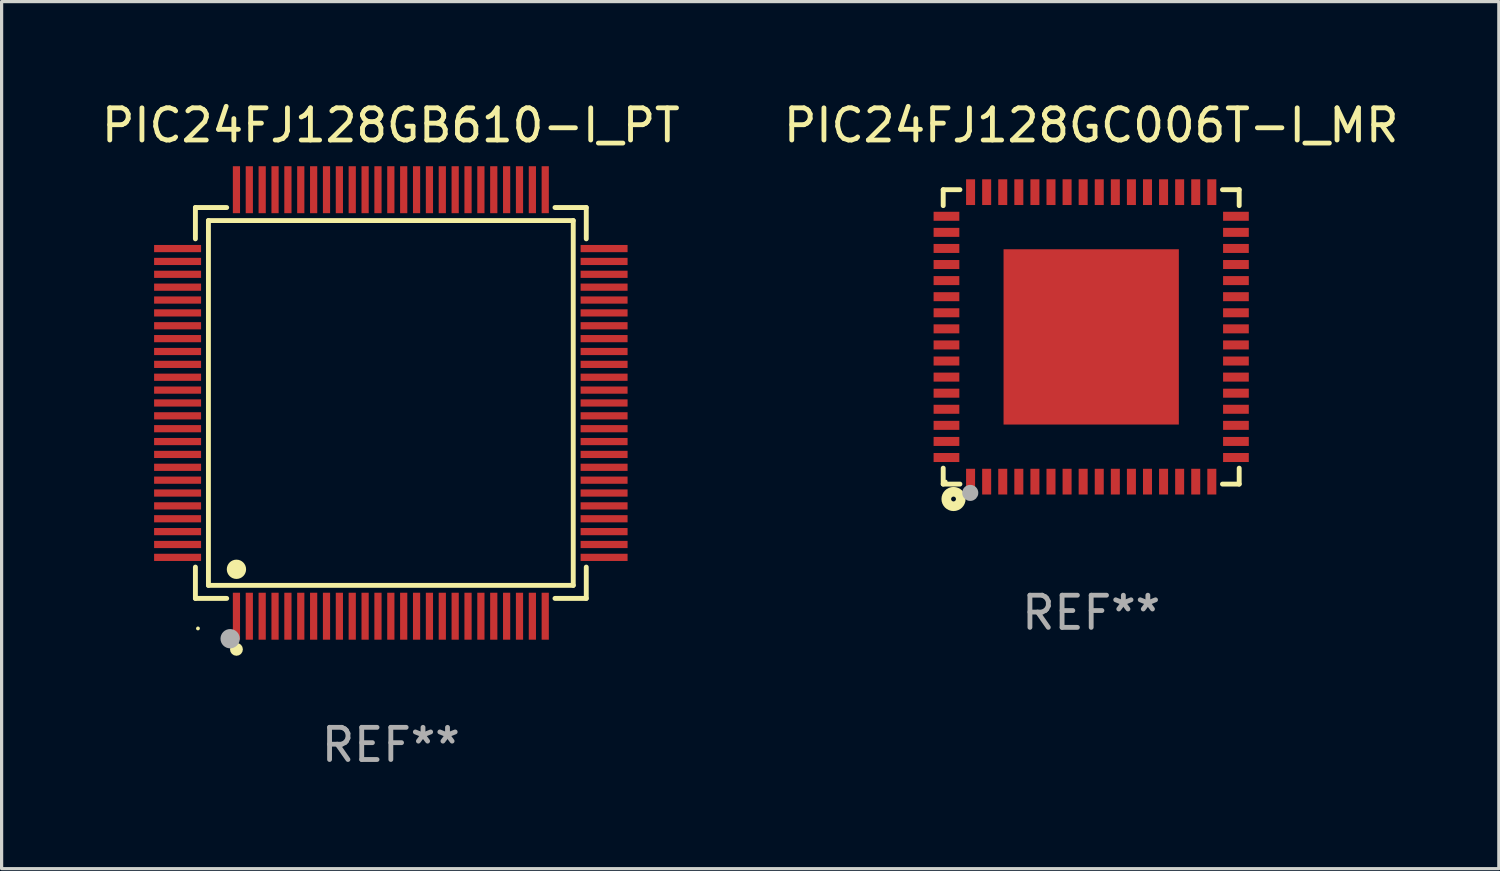
<source format=kicad_pcb>
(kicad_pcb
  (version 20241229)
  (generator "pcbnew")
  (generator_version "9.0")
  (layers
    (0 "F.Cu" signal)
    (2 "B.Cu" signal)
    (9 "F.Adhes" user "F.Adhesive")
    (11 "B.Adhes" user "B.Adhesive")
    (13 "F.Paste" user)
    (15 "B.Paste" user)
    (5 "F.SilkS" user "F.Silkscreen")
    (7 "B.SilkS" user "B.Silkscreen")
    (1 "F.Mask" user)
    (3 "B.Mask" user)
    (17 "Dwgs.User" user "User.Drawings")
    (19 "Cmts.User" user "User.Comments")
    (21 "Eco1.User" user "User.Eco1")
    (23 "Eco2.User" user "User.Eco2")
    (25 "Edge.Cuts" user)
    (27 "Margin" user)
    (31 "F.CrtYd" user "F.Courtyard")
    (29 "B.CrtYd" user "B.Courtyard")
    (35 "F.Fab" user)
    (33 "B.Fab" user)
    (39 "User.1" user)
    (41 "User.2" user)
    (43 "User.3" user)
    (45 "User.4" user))
  (footprint "PIC24FJ128GC006T-I_MR"
    (layer "F.Cu")
    (at 30.875 7.424)
    (property "Reference" "PIC24FJ128GC006T-I_MR" (at 0 -6.576 0) (layer "F.SilkS") (effects (font (size 1 1) (thickness 0.15))))
    (attr through_hole)
    (fp_line (start -4.601 -4.576) (end -4.081 -4.576) (stroke (width 0.152) (type solid)) (layer "F.SilkS"))
    (fp_line (start -4.601 -4.081) (end -4.601 -4.576) (stroke (width 0.152) (type solid)) (layer "F.SilkS"))
    (fp_line (start -4.601 4.081) (end -4.601 4.576) (stroke (width 0.152) (type solid)) (layer "F.SilkS"))
    (fp_line (start -4.601 4.576) (end -4.081 4.576) (stroke (width 0.152) (type solid)) (layer "F.SilkS"))
    (fp_line (start 4.601 -4.576) (end 4.081 -4.576) (stroke (width 0.152) (type solid)) (layer "F.SilkS"))
    (fp_line (start 4.601 -4.081) (end 4.601 -4.576) (stroke (width 0.152) (type solid)) (layer "F.SilkS"))
    (fp_line (start 4.601 4.081) (end 4.601 4.576) (stroke (width 0.152) (type solid)) (layer "F.SilkS"))
    (fp_line (start 4.601 4.576) (end 4.081 4.576) (stroke (width 0.152) (type solid)) (layer "F.SilkS"))
    (fp_circle (center -4.525 4.5) (end -4.495 4.5) (stroke (width 0.06) (type solid)) (fill no) (layer "F.SilkS"))
    (fp_circle (center -4.28 5.04) (end -4.205 5.04) (stroke (width 0.3) (type solid)) (fill no) (layer "F.SilkS"))
    (fp_circle (center -3.76 4.85) (end -3.635 4.85) (stroke (width 0.25) (type solid)) (fill no) (layer "F.Fab"))
    (fp_text user "REF**" (at 0 8.576 0) (layer "F.Fab") (effects (font (size 1 1) (thickness 0.15))))
    (pad "1" smd rect (at -3.75 4.5) (size 0.28 0.8) (layers "F.Cu" "F.Mask" "F.Paste"))
    (pad "2" smd rect (at -3.25 4.5) (size 0.28 0.8) (layers "F.Cu" "F.Mask" "F.Paste"))
    (pad "3" smd rect (at -2.75 4.5) (size 0.28 0.8) (layers "F.Cu" "F.Mask" "F.Paste"))
    (pad "4" smd rect (at -2.25 4.5) (size 0.28 0.8) (layers "F.Cu" "F.Mask" "F.Paste"))
    (pad "5" smd rect (at -1.75 4.5) (size 0.28 0.8) (layers "F.Cu" "F.Mask" "F.Paste"))
    (pad "6" smd rect (at -1.25 4.5) (size 0.28 0.8) (layers "F.Cu" "F.Mask" "F.Paste"))
    (pad "7" smd rect (at -0.75 4.5) (size 0.28 0.8) (layers "F.Cu" "F.Mask" "F.Paste"))
    (pad "8" smd rect (at -0.25 4.5) (size 0.28 0.8) (layers "F.Cu" "F.Mask" "F.Paste"))
    (pad "9" smd rect (at 0.25 4.5) (size 0.28 0.8) (layers "F.Cu" "F.Mask" "F.Paste"))
    (pad "10" smd rect (at 0.75 4.5) (size 0.28 0.8) (layers "F.Cu" "F.Mask" "F.Paste"))
    (pad "11" smd rect (at 1.25 4.5) (size 0.28 0.8) (layers "F.Cu" "F.Mask" "F.Paste"))
    (pad "12" smd rect (at 1.75 4.5) (size 0.28 0.8) (layers "F.Cu" "F.Mask" "F.Paste"))
    (pad "13" smd rect (at 2.25 4.5) (size 0.28 0.8) (layers "F.Cu" "F.Mask" "F.Paste"))
    (pad "14" smd rect (at 2.75 4.5) (size 0.28 0.8) (layers "F.Cu" "F.Mask" "F.Paste"))
    (pad "15" smd rect (at 3.25 4.5) (size 0.28 0.8) (layers "F.Cu" "F.Mask" "F.Paste"))
    (pad "16" smd rect (at 3.75 4.5) (size 0.28 0.8) (layers "F.Cu" "F.Mask" "F.Paste"))
    (pad "17" smd rect (at 4.5 3.75) (size 0.8 0.28) (layers "F.Cu" "F.Mask" "F.Paste"))
    (pad "18" smd rect (at 4.5 3.25) (size 0.8 0.28) (layers "F.Cu" "F.Mask" "F.Paste"))
    (pad "19" smd rect (at 4.5 2.75) (size 0.8 0.28) (layers "F.Cu" "F.Mask" "F.Paste"))
    (pad "20" smd rect (at 4.5 2.25) (size 0.8 0.28) (layers "F.Cu" "F.Mask" "F.Paste"))
    (pad "21" smd rect (at 4.5 1.75) (size 0.8 0.28) (layers "F.Cu" "F.Mask" "F.Paste"))
    (pad "22" smd rect (at 4.5 1.25) (size 0.8 0.28) (layers "F.Cu" "F.Mask" "F.Paste"))
    (pad "23" smd rect (at 4.5 0.75) (size 0.8 0.28) (layers "F.Cu" "F.Mask" "F.Paste"))
    (pad "24" smd rect (at 4.5 0.25) (size 0.8 0.28) (layers "F.Cu" "F.Mask" "F.Paste"))
    (pad "25" smd rect (at 4.5 -0.25) (size 0.8 0.28) (layers "F.Cu" "F.Mask" "F.Paste"))
    (pad "26" smd rect (at 4.5 -0.75) (size 0.8 0.28) (layers "F.Cu" "F.Mask" "F.Paste"))
    (pad "27" smd rect (at 4.5 -1.25) (size 0.8 0.28) (layers "F.Cu" "F.Mask" "F.Paste"))
    (pad "28" smd rect (at 4.5 -1.75) (size 0.8 0.28) (layers "F.Cu" "F.Mask" "F.Paste"))
    (pad "29" smd rect (at 4.5 -2.25) (size 0.8 0.28) (layers "F.Cu" "F.Mask" "F.Paste"))
    (pad "30" smd rect (at 4.5 -2.75) (size 0.8 0.28) (layers "F.Cu" "F.Mask" "F.Paste"))
    (pad "31" smd rect (at 4.5 -3.25) (size 0.8 0.28) (layers "F.Cu" "F.Mask" "F.Paste"))
    (pad "32" smd rect (at 4.5 -3.75) (size 0.8 0.28) (layers "F.Cu" "F.Mask" "F.Paste"))
    (pad "33" smd rect (at 3.75 -4.5) (size 0.28 0.8) (layers "F.Cu" "F.Mask" "F.Paste"))
    (pad "34" smd rect (at 3.25 -4.5) (size 0.28 0.8) (layers "F.Cu" "F.Mask" "F.Paste"))
    (pad "35" smd rect (at 2.75 -4.5) (size 0.28 0.8) (layers "F.Cu" "F.Mask" "F.Paste"))
    (pad "36" smd rect (at 2.25 -4.5) (size 0.28 0.8) (layers "F.Cu" "F.Mask" "F.Paste"))
    (pad "37" smd rect (at 1.75 -4.5) (size 0.28 0.8) (layers "F.Cu" "F.Mask" "F.Paste"))
    (pad "38" smd rect (at 1.25 -4.5) (size 0.28 0.8) (layers "F.Cu" "F.Mask" "F.Paste"))
    (pad "39" smd rect (at 0.75 -4.5) (size 0.28 0.8) (layers "F.Cu" "F.Mask" "F.Paste"))
    (pad "40" smd rect (at 0.25 -4.5) (size 0.28 0.8) (layers "F.Cu" "F.Mask" "F.Paste"))
    (pad "41" smd rect (at -0.25 -4.5) (size 0.28 0.8) (layers "F.Cu" "F.Mask" "F.Paste"))
    (pad "42" smd rect (at -0.75 -4.5) (size 0.28 0.8) (layers "F.Cu" "F.Mask" "F.Paste"))
    (pad "43" smd rect (at -1.25 -4.5) (size 0.28 0.8) (layers "F.Cu" "F.Mask" "F.Paste"))
    (pad "44" smd rect (at -1.75 -4.5) (size 0.28 0.8) (layers "F.Cu" "F.Mask" "F.Paste"))
    (pad "45" smd rect (at -2.25 -4.5) (size 0.28 0.8) (layers "F.Cu" "F.Mask" "F.Paste"))
    (pad "46" smd rect (at -2.75 -4.5) (size 0.28 0.8) (layers "F.Cu" "F.Mask" "F.Paste"))
    (pad "47" smd rect (at -3.25 -4.5) (size 0.28 0.8) (layers "F.Cu" "F.Mask" "F.Paste"))
    (pad "48" smd rect (at -3.75 -4.5) (size 0.28 0.8) (layers "F.Cu" "F.Mask" "F.Paste"))
    (pad "49" smd rect (at -4.5 -3.75) (size 0.8 0.28) (layers "F.Cu" "F.Mask" "F.Paste"))
    (pad "50" smd rect (at -4.5 -3.25) (size 0.8 0.28) (layers "F.Cu" "F.Mask" "F.Paste"))
    (pad "51" smd rect (at -4.5 -2.75) (size 0.8 0.28) (layers "F.Cu" "F.Mask" "F.Paste"))
    (pad "52" smd rect (at -4.5 -2.25) (size 0.8 0.28) (layers "F.Cu" "F.Mask" "F.Paste"))
    (pad "53" smd rect (at -4.5 -1.75) (size 0.8 0.28) (layers "F.Cu" "F.Mask" "F.Paste"))
    (pad "54" smd rect (at -4.5 -1.25) (size 0.8 0.28) (layers "F.Cu" "F.Mask" "F.Paste"))
    (pad "55" smd rect (at -4.5 -0.75) (size 0.8 0.28) (layers "F.Cu" "F.Mask" "F.Paste"))
    (pad "56" smd rect (at -4.5 -0.25) (size 0.8 0.28) (layers "F.Cu" "F.Mask" "F.Paste"))
    (pad "57" smd rect (at -4.5 0.25) (size 0.8 0.28) (layers "F.Cu" "F.Mask" "F.Paste"))
    (pad "58" smd rect (at -4.5 0.75) (size 0.8 0.28) (layers "F.Cu" "F.Mask" "F.Paste"))
    (pad "59" smd rect (at -4.5 1.25) (size 0.8 0.28) (layers "F.Cu" "F.Mask" "F.Paste"))
    (pad "60" smd rect (at -4.5 1.75) (size 0.8 0.28) (layers "F.Cu" "F.Mask" "F.Paste"))
    (pad "61" smd rect (at -4.5 2.25) (size 0.8 0.28) (layers "F.Cu" "F.Mask" "F.Paste"))
    (pad "62" smd rect (at -4.5 2.75) (size 0.8 0.28) (layers "F.Cu" "F.Mask" "F.Paste"))
    (pad "63" smd rect (at -4.5 3.25) (size 0.8 0.28) (layers "F.Cu" "F.Mask" "F.Paste"))
    (pad "64" smd rect (at -4.5 3.75) (size 0.8 0.28) (layers "F.Cu" "F.Mask" "F.Paste"))
    (pad "65" smd rect (at 0 0) (size 5.45 5.45) (layers "F.Cu" "F.Mask" "F.Paste")))
  (footprint "PIC24FJ128GB610-I_PT"
    (layer "F.Cu")
    (at 9.101 9.478)
    (property "Reference" "PIC24FJ128GB610-I_PT" (at 0 -8.63 0) (layer "F.SilkS") (effects (font (size 1 1) (thickness 0.15))))
    (attr through_hole)
    (fp_line (start -6.076 -6.076) (end -5.103 -6.076) (stroke (width 0.152) (type solid)) (layer "F.SilkS"))
    (fp_line (start -6.076 -5.103) (end -6.076 -6.076) (stroke (width 0.152) (type solid)) (layer "F.SilkS"))
    (fp_line (start -6.076 5.103) (end -6.076 6.076) (stroke (width 0.152) (type solid)) (layer "F.SilkS"))
    (fp_line (start -6.076 6.076) (end -5.103 6.076) (stroke (width 0.152) (type solid)) (layer "F.SilkS"))
    (fp_line (start -5.671 -5.671) (end 5.671 -5.671) (stroke (width 0.152) (type solid)) (layer "F.SilkS"))
    (fp_line (start -5.671 5.671) (end -5.671 -5.671) (stroke (width 0.152) (type solid)) (layer "F.SilkS"))
    (fp_line (start 5.671 -5.671) (end 5.671 5.671) (stroke (width 0.152) (type solid)) (layer "F.SilkS"))
    (fp_line (start 5.671 5.671) (end -5.671 5.671) (stroke (width 0.152) (type solid)) (layer "F.SilkS"))
    (fp_line (start 6.076 -6.076) (end 5.103 -6.076) (stroke (width 0.152) (type solid)) (layer "F.SilkS"))
    (fp_line (start 6.076 -5.103) (end 6.076 -6.076) (stroke (width 0.152) (type solid)) (layer "F.SilkS"))
    (fp_line (start 6.076 5.103) (end 6.076 6.076) (stroke (width 0.152) (type solid)) (layer "F.SilkS"))
    (fp_line (start 6.076 6.076) (end 5.103 6.076) (stroke (width 0.152) (type solid)) (layer "F.SilkS"))
    (fp_circle (center -5.997 7.01) (end -5.967 7.01) (stroke (width 0.06) (type solid)) (fill no) (layer "F.SilkS"))
    (fp_circle (center -4.8 5.171) (end -4.65 5.171) (stroke (width 0.3) (type solid)) (fill no) (layer "F.SilkS"))
    (fp_circle (center -4.8 7.66) (end -4.7 7.66) (stroke (width 0.2) (type solid)) (fill no) (layer "F.SilkS"))
    (fp_circle (center -4.996 7.329) (end -4.846 7.329) (stroke (width 0.3) (type solid)) (fill no) (layer "F.Fab"))
    (fp_text user "REF**" (at 0 10.63 0) (layer "F.Fab") (effects (font (size 1 1) (thickness 0.15))))
    (pad "1" smd rect (at -4.8 6.63) (size 0.224 1.46) (layers "F.Cu" "F.Mask" "F.Paste"))
    (pad "2" smd rect (at -4.4 6.63) (size 0.224 1.46) (layers "F.Cu" "F.Mask" "F.Paste"))
    (pad "3" smd rect (at -4 6.63) (size 0.224 1.46) (layers "F.Cu" "F.Mask" "F.Paste"))
    (pad "4" smd rect (at -3.6 6.63) (size 0.224 1.46) (layers "F.Cu" "F.Mask" "F.Paste"))
    (pad "5" smd rect (at -3.2 6.63) (size 0.224 1.46) (layers "F.Cu" "F.Mask" "F.Paste"))
    (pad "6" smd rect (at -2.8 6.63) (size 0.224 1.46) (layers "F.Cu" "F.Mask" "F.Paste"))
    (pad "7" smd rect (at -2.4 6.63) (size 0.224 1.46) (layers "F.Cu" "F.Mask" "F.Paste"))
    (pad "8" smd rect (at -2 6.63) (size 0.224 1.46) (layers "F.Cu" "F.Mask" "F.Paste"))
    (pad "9" smd rect (at -1.6 6.63) (size 0.224 1.46) (layers "F.Cu" "F.Mask" "F.Paste"))
    (pad "10" smd rect (at -1.2 6.63) (size 0.224 1.46) (layers "F.Cu" "F.Mask" "F.Paste"))
    (pad "11" smd rect (at -0.8 6.63) (size 0.224 1.46) (layers "F.Cu" "F.Mask" "F.Paste"))
    (pad "12" smd rect (at -0.4 6.63) (size 0.224 1.46) (layers "F.Cu" "F.Mask" "F.Paste"))
    (pad "13" smd rect (at 0 6.63) (size 0.224 1.46) (layers "F.Cu" "F.Mask" "F.Paste"))
    (pad "14" smd rect (at 0.4 6.63) (size 0.224 1.46) (layers "F.Cu" "F.Mask" "F.Paste"))
    (pad "15" smd rect (at 0.8 6.63) (size 0.224 1.46) (layers "F.Cu" "F.Mask" "F.Paste"))
    (pad "16" smd rect (at 1.2 6.63) (size 0.224 1.46) (layers "F.Cu" "F.Mask" "F.Paste"))
    (pad "17" smd rect (at 1.6 6.63) (size 0.224 1.46) (layers "F.Cu" "F.Mask" "F.Paste"))
    (pad "18" smd rect (at 2 6.63) (size 0.224 1.46) (layers "F.Cu" "F.Mask" "F.Paste"))
    (pad "19" smd rect (at 2.4 6.63) (size 0.224 1.46) (layers "F.Cu" "F.Mask" "F.Paste"))
    (pad "20" smd rect (at 2.8 6.63) (size 0.224 1.46) (layers "F.Cu" "F.Mask" "F.Paste"))
    (pad "21" smd rect (at 3.2 6.63) (size 0.224 1.46) (layers "F.Cu" "F.Mask" "F.Paste"))
    (pad "22" smd rect (at 3.6 6.63) (size 0.224 1.46) (layers "F.Cu" "F.Mask" "F.Paste"))
    (pad "23" smd rect (at 4 6.63) (size 0.224 1.46) (layers "F.Cu" "F.Mask" "F.Paste"))
    (pad "24" smd rect (at 4.4 6.63) (size 0.224 1.46) (layers "F.Cu" "F.Mask" "F.Paste"))
    (pad "25" smd rect (at 4.8 6.63) (size 0.224 1.46) (layers "F.Cu" "F.Mask" "F.Paste"))
    (pad "26" smd rect (at 6.63 4.8) (size 1.46 0.224) (layers "F.Cu" "F.Mask" "F.Paste"))
    (pad "27" smd rect (at 6.63 4.4) (size 1.46 0.224) (layers "F.Cu" "F.Mask" "F.Paste"))
    (pad "28" smd rect (at 6.63 4) (size 1.46 0.224) (layers "F.Cu" "F.Mask" "F.Paste"))
    (pad "29" smd rect (at 6.63 3.6) (size 1.46 0.224) (layers "F.Cu" "F.Mask" "F.Paste"))
    (pad "30" smd rect (at 6.63 3.2) (size 1.46 0.224) (layers "F.Cu" "F.Mask" "F.Paste"))
    (pad "31" smd rect (at 6.63 2.8) (size 1.46 0.224) (layers "F.Cu" "F.Mask" "F.Paste"))
    (pad "32" smd rect (at 6.63 2.4) (size 1.46 0.224) (layers "F.Cu" "F.Mask" "F.Paste"))
    (pad "33" smd rect (at 6.63 2) (size 1.46 0.224) (layers "F.Cu" "F.Mask" "F.Paste"))
    (pad "34" smd rect (at 6.63 1.6) (size 1.46 0.224) (layers "F.Cu" "F.Mask" "F.Paste"))
    (pad "35" smd rect (at 6.63 1.2) (size 1.46 0.224) (layers "F.Cu" "F.Mask" "F.Paste"))
    (pad "36" smd rect (at 6.63 0.8) (size 1.46 0.224) (layers "F.Cu" "F.Mask" "F.Paste"))
    (pad "37" smd rect (at 6.63 0.4) (size 1.46 0.224) (layers "F.Cu" "F.Mask" "F.Paste"))
    (pad "38" smd rect (at 6.63 0) (size 1.46 0.224) (layers "F.Cu" "F.Mask" "F.Paste"))
    (pad "39" smd rect (at 6.63 -0.4) (size 1.46 0.224) (layers "F.Cu" "F.Mask" "F.Paste"))
    (pad "40" smd rect (at 6.63 -0.8) (size 1.46 0.224) (layers "F.Cu" "F.Mask" "F.Paste"))
    (pad "41" smd rect (at 6.63 -1.2) (size 1.46 0.224) (layers "F.Cu" "F.Mask" "F.Paste"))
    (pad "42" smd rect (at 6.63 -1.6) (size 1.46 0.224) (layers "F.Cu" "F.Mask" "F.Paste"))
    (pad "43" smd rect (at 6.63 -2) (size 1.46 0.224) (layers "F.Cu" "F.Mask" "F.Paste"))
    (pad "44" smd rect (at 6.63 -2.4) (size 1.46 0.224) (layers "F.Cu" "F.Mask" "F.Paste"))
    (pad "45" smd rect (at 6.63 -2.8) (size 1.46 0.224) (layers "F.Cu" "F.Mask" "F.Paste"))
    (pad "46" smd rect (at 6.63 -3.2) (size 1.46 0.224) (layers "F.Cu" "F.Mask" "F.Paste"))
    (pad "47" smd rect (at 6.63 -3.6) (size 1.46 0.224) (layers "F.Cu" "F.Mask" "F.Paste"))
    (pad "48" smd rect (at 6.63 -4) (size 1.46 0.224) (layers "F.Cu" "F.Mask" "F.Paste"))
    (pad "49" smd rect (at 6.63 -4.4) (size 1.46 0.224) (layers "F.Cu" "F.Mask" "F.Paste"))
    (pad "50" smd rect (at 6.63 -4.8) (size 1.46 0.224) (layers "F.Cu" "F.Mask" "F.Paste"))
    (pad "51" smd rect (at 4.8 -6.63) (size 0.224 1.46) (layers "F.Cu" "F.Mask" "F.Paste"))
    (pad "52" smd rect (at 4.4 -6.63) (size 0.224 1.46) (layers "F.Cu" "F.Mask" "F.Paste"))
    (pad "53" smd rect (at 4 -6.63) (size 0.224 1.46) (layers "F.Cu" "F.Mask" "F.Paste"))
    (pad "54" smd rect (at 3.6 -6.63) (size 0.224 1.46) (layers "F.Cu" "F.Mask" "F.Paste"))
    (pad "55" smd rect (at 3.2 -6.63) (size 0.224 1.46) (layers "F.Cu" "F.Mask" "F.Paste"))
    (pad "56" smd rect (at 2.8 -6.63) (size 0.224 1.46) (layers "F.Cu" "F.Mask" "F.Paste"))
    (pad "57" smd rect (at 2.4 -6.63) (size 0.224 1.46) (layers "F.Cu" "F.Mask" "F.Paste"))
    (pad "58" smd rect (at 2 -6.63) (size 0.224 1.46) (layers "F.Cu" "F.Mask" "F.Paste"))
    (pad "59" smd rect (at 1.6 -6.63) (size 0.224 1.46) (layers "F.Cu" "F.Mask" "F.Paste"))
    (pad "60" smd rect (at 1.2 -6.63) (size 0.224 1.46) (layers "F.Cu" "F.Mask" "F.Paste"))
    (pad "61" smd rect (at 0.8 -6.63) (size 0.224 1.46) (layers "F.Cu" "F.Mask" "F.Paste"))
    (pad "62" smd rect (at 0.4 -6.63) (size 0.224 1.46) (layers "F.Cu" "F.Mask" "F.Paste"))
    (pad "63" smd rect (at 0 -6.63) (size 0.224 1.46) (layers "F.Cu" "F.Mask" "F.Paste"))
    (pad "64" smd rect (at -0.4 -6.63) (size 0.224 1.46) (layers "F.Cu" "F.Mask" "F.Paste"))
    (pad "65" smd rect (at -0.8 -6.63) (size 0.224 1.46) (layers "F.Cu" "F.Mask" "F.Paste"))
    (pad "66" smd rect (at -1.2 -6.63) (size 0.224 1.46) (layers "F.Cu" "F.Mask" "F.Paste"))
    (pad "67" smd rect (at -1.6 -6.63) (size 0.224 1.46) (layers "F.Cu" "F.Mask" "F.Paste"))
    (pad "68" smd rect (at -2 -6.63) (size 0.224 1.46) (layers "F.Cu" "F.Mask" "F.Paste"))
    (pad "69" smd rect (at -2.4 -6.63) (size 0.224 1.46) (layers "F.Cu" "F.Mask" "F.Paste"))
    (pad "70" smd rect (at -2.8 -6.63) (size 0.224 1.46) (layers "F.Cu" "F.Mask" "F.Paste"))
    (pad "71" smd rect (at -3.2 -6.63) (size 0.224 1.46) (layers "F.Cu" "F.Mask" "F.Paste"))
    (pad "72" smd rect (at -3.6 -6.63) (size 0.224 1.46) (layers "F.Cu" "F.Mask" "F.Paste"))
    (pad "73" smd rect (at -4 -6.63) (size 0.224 1.46) (layers "F.Cu" "F.Mask" "F.Paste"))
    (pad "74" smd rect (at -4.4 -6.63) (size 0.224 1.46) (layers "F.Cu" "F.Mask" "F.Paste"))
    (pad "75" smd rect (at -4.8 -6.63) (size 0.224 1.46) (layers "F.Cu" "F.Mask" "F.Paste"))
    (pad "76" smd rect (at -6.63 -4.8) (size 1.46 0.224) (layers "F.Cu" "F.Mask" "F.Paste"))
    (pad "77" smd rect (at -6.63 -4.4) (size 1.46 0.224) (layers "F.Cu" "F.Mask" "F.Paste"))
    (pad "78" smd rect (at -6.63 -4) (size 1.46 0.224) (layers "F.Cu" "F.Mask" "F.Paste"))
    (pad "79" smd rect (at -6.63 -3.6) (size 1.46 0.224) (layers "F.Cu" "F.Mask" "F.Paste"))
    (pad "80" smd rect (at -6.63 -3.2) (size 1.46 0.224) (layers "F.Cu" "F.Mask" "F.Paste"))
    (pad "81" smd rect (at -6.63 -2.8) (size 1.46 0.224) (layers "F.Cu" "F.Mask" "F.Paste"))
    (pad "82" smd rect (at -6.63 -2.4) (size 1.46 0.224) (layers "F.Cu" "F.Mask" "F.Paste"))
    (pad "83" smd rect (at -6.63 -2) (size 1.46 0.224) (layers "F.Cu" "F.Mask" "F.Paste"))
    (pad "84" smd rect (at -6.63 -1.6) (size 1.46 0.224) (layers "F.Cu" "F.Mask" "F.Paste"))
    (pad "85" smd rect (at -6.63 -1.2) (size 1.46 0.224) (layers "F.Cu" "F.Mask" "F.Paste"))
    (pad "86" smd rect (at -6.63 -0.8) (size 1.46 0.224) (layers "F.Cu" "F.Mask" "F.Paste"))
    (pad "87" smd rect (at -6.63 -0.4) (size 1.46 0.224) (layers "F.Cu" "F.Mask" "F.Paste"))
    (pad "88" smd rect (at -6.63 0) (size 1.46 0.224) (layers "F.Cu" "F.Mask" "F.Paste"))
    (pad "89" smd rect (at -6.63 0.4) (size 1.46 0.224) (layers "F.Cu" "F.Mask" "F.Paste"))
    (pad "90" smd rect (at -6.63 0.8) (size 1.46 0.224) (layers "F.Cu" "F.Mask" "F.Paste"))
    (pad "91" smd rect (at -6.63 1.2) (size 1.46 0.224) (layers "F.Cu" "F.Mask" "F.Paste"))
    (pad "92" smd rect (at -6.63 1.6) (size 1.46 0.224) (layers "F.Cu" "F.Mask" "F.Paste"))
    (pad "93" smd rect (at -6.63 2) (size 1.46 0.224) (layers "F.Cu" "F.Mask" "F.Paste"))
    (pad "94" smd rect (at -6.63 2.4) (size 1.46 0.224) (layers "F.Cu" "F.Mask" "F.Paste"))
    (pad "95" smd rect (at -6.63 2.8) (size 1.46 0.224) (layers "F.Cu" "F.Mask" "F.Paste"))
    (pad "96" smd rect (at -6.63 3.2) (size 1.46 0.224) (layers "F.Cu" "F.Mask" "F.Paste"))
    (pad "97" smd rect (at -6.63 3.6) (size 1.46 0.224) (layers "F.Cu" "F.Mask" "F.Paste"))
    (pad "98" smd rect (at -6.63 4) (size 1.46 0.224) (layers "F.Cu" "F.Mask" "F.Paste"))
    (pad "99" smd rect (at -6.63 4.4) (size 1.46 0.224) (layers "F.Cu" "F.Mask" "F.Paste"))
    (pad "100" smd rect (at -6.63 4.8) (size 1.46 0.224) (layers "F.Cu" "F.Mask" "F.Paste")))
  (gr_rect
    (start -3 -3)
    (end 43.548 23.956)
    (stroke (width 0.1) (type default))
    (fill no)
    (layer "Edge.Cuts")))
</source>
